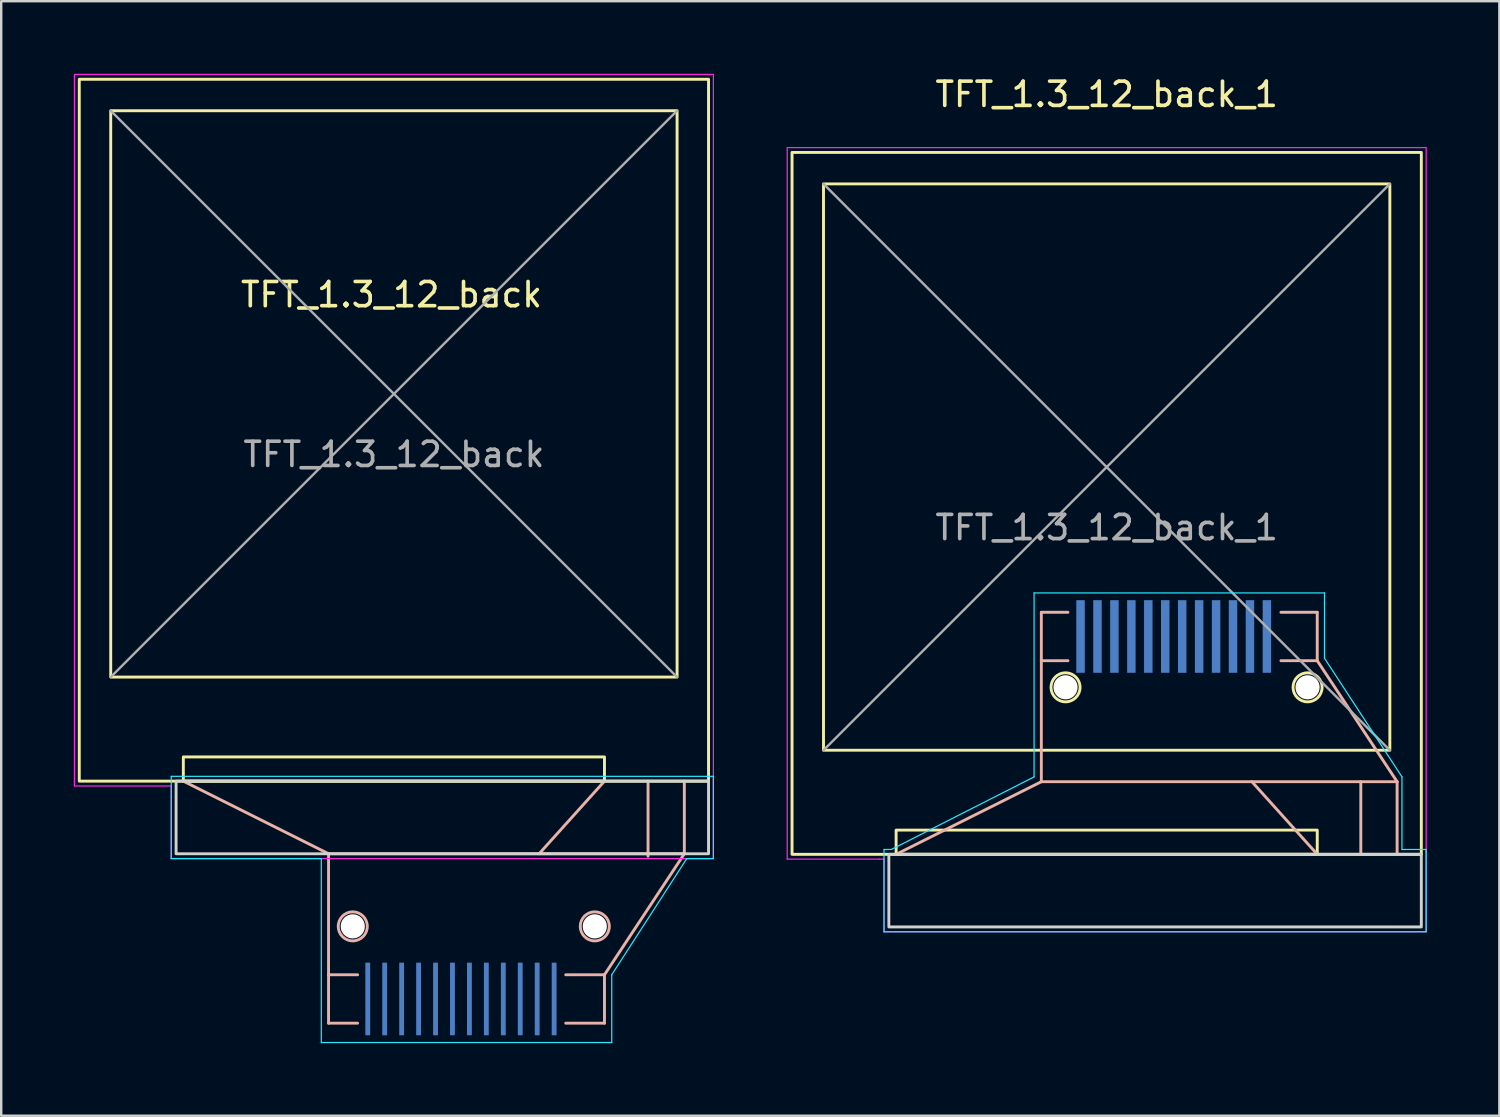
<source format=kicad_pcb>
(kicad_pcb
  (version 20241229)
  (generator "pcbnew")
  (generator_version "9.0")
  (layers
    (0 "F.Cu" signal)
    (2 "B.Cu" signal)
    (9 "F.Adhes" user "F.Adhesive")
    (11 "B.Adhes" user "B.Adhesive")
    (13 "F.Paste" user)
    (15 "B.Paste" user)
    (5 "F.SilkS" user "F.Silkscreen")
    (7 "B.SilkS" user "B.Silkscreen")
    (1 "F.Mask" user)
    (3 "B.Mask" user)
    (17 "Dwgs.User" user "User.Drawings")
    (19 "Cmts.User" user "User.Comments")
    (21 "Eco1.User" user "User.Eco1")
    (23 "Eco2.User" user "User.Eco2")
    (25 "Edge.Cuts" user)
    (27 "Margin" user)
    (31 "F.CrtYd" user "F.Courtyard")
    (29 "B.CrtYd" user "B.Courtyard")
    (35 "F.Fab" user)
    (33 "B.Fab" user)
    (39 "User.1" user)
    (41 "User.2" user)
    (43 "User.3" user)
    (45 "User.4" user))
  (footprint "TFT_1.3_12_back"
    (layer "F.Cu")
    (at 13.125 13.325)
    (property "Reference" "TFT_1.3_12_back" (at 0 -4.2 0) (unlocked yes) (layer "F.SilkS") (effects (font (size 1 1) (thickness 0.15))))
    (attr smd)
    (fp_rect (start -12.9 -13.1) (end 13.1 15.9) (stroke (width 0.12) (type solid)) (fill no) (layer "F.SilkS"))
    (fp_rect (start -11.6 11.6) (end 11.8 -11.8) (stroke (width 0.12) (type solid)) (fill no) (layer "F.SilkS"))
    (fp_rect (start -8.6 15.9) (end 8.8 14.9) (stroke (width 0.12) (type solid)) (fill no) (layer "F.SilkS"))
    (fp_line (start -8.6 15.9) (end -2.6 18.9) (stroke (width 0.12) (type solid)) (layer "B.SilkS"))
    (fp_line (start -2.6 18.9) (end 12.1 18.9) (stroke (width 0.12) (type solid)) (layer "B.SilkS"))
    (fp_line (start -2.6 23.9) (end -2.6 18.9) (stroke (width 0.12) (type solid)) (layer "B.SilkS"))
    (fp_line (start -2.6 23.9) (end -1.4 23.9) (stroke (width 0.12) (type solid)) (layer "B.SilkS"))
    (fp_line (start -2.6 25.9) (end -2.6 23.9) (stroke (width 0.12) (type solid)) (layer "B.SilkS"))
    (fp_line (start -2.6 25.9) (end -1.4 25.9) (stroke (width 0.12) (type solid)) (layer "B.SilkS"))
    (fp_line (start 7.2 23.9) (end 8.8 23.9) (stroke (width 0.12) (type solid)) (layer "B.SilkS"))
    (fp_line (start 8.8 15.9) (end 6.1 18.9) (stroke (width 0.12) (type solid)) (layer "B.SilkS"))
    (fp_line (start 8.8 23.9) (end 8.8 25.9) (stroke (width 0.12) (type solid)) (layer "B.SilkS"))
    (fp_line (start 8.8 25.9) (end 7.2 25.9) (stroke (width 0.12) (type solid)) (layer "B.SilkS"))
    (fp_line (start 10.6 15.9) (end 10.6 19) (stroke (width 0.12) (type solid)) (layer "B.SilkS"))
    (fp_line (start 12.1 18.9) (end 8.8 23.9) (stroke (width 0.12) (type solid)) (layer "B.SilkS"))
    (fp_line (start 12.1 18.9) (end 12.1 15.9) (stroke (width 0.12) (type solid)) (layer "B.SilkS"))
    (fp_circle (center -1.6 21.9) (end -1 21.9) (stroke (width 0.12) (type solid)) (fill no) (layer "B.SilkS"))
    (fp_circle (center 8.4 21.9) (end 9 21.9) (stroke (width 0.12) (type solid)) (fill no) (layer "B.SilkS"))
    (fp_rect (start -8.9 15.9) (end 13.1 18.9) (stroke (width 0.12) (type solid)) (fill no) (layer "Edge.Cuts"))
    (fp_line (start -9.1 15.7) (end 13.3 15.7) (stroke (width 0.05) (type solid)) (layer "B.CrtYd"))
    (fp_line (start -9.1 19.1) (end -9.1 15.7) (stroke (width 0.05) (type solid)) (layer "B.CrtYd"))
    (fp_line (start -2.9 19.1) (end -9.1 19.1) (stroke (width 0.05) (type solid)) (layer "B.CrtYd"))
    (fp_line (start -2.9 26.7) (end -2.9 19.1) (stroke (width 0.05) (type solid)) (layer "B.CrtYd"))
    (fp_line (start 9.1 23.9) (end 9.1 26.7) (stroke (width 0.05) (type solid)) (layer "B.CrtYd"))
    (fp_line (start 9.1 26.7) (end -2.9 26.7) (stroke (width 0.05) (type solid)) (layer "B.CrtYd"))
    (fp_line (start 12.2 19.1) (end 9.1 23.9) (stroke (width 0.05) (type solid)) (layer "B.CrtYd"))
    (fp_line (start 13.3 15.7) (end 13.3 19.1) (stroke (width 0.05) (type solid)) (layer "B.CrtYd"))
    (fp_line (start 13.3 19.1) (end 12.2 19.1) (stroke (width 0.05) (type solid)) (layer "B.CrtYd"))
    (fp_line (start -13.1 -13.3) (end -13.1 -13.2) (stroke (width 0.05) (type solid)) (layer "F.CrtYd"))
    (fp_line (start -13.1 -13.2) (end -13.1 16.1) (stroke (width 0.05) (type solid)) (layer "F.CrtYd"))
    (fp_line (start -13.1 16.1) (end -9.1 16.1) (stroke (width 0.05) (type solid)) (layer "F.CrtYd"))
    (fp_line (start -9.1 16.1) (end -9.1 19.1) (stroke (width 0.05) (type solid)) (layer "F.CrtYd"))
    (fp_line (start -9.1 19.1) (end 13.3 19.1) (stroke (width 0.05) (type solid)) (layer "F.CrtYd"))
    (fp_line (start 13.3 -13.3) (end -13.1 -13.3) (stroke (width 0.05) (type solid)) (layer "F.CrtYd"))
    (fp_line (start 13.3 19.1) (end 13.3 -13.3) (stroke (width 0.05) (type solid)) (layer "F.CrtYd"))
    (fp_line (start -11.6 -11.8) (end 11.8 11.6) (stroke (width 0.1) (type solid)) (layer "F.Fab"))
    (fp_line (start -11.6 11.6) (end 11.8 -11.8) (stroke (width 0.1) (type solid)) (layer "F.Fab"))
    (fp_text user "${REFERENCE}" (at 0.1 2.4 0) (unlocked yes) (layer "F.Fab") (effects (font (size 1 1) (thickness 0.15))))
    (pad "" np_thru_hole circle (at -1.6 21.9) (size 1 1) (drill 1) (layers "*.Cu" "*.Mask"))
    (pad "" np_thru_hole circle (at 8.4 21.9) (size 1 1) (drill 1) (layers "*.Cu" "*.Mask"))
    (pad "1" smd rect (at 6.72 24.9 180) (size 0.2 3) (layers "B.Cu" "B.Mask" "B.Paste"))
    (pad "2" smd rect (at 6.02 24.9 180) (size 0.2 3) (layers "B.Cu" "B.Mask" "B.Paste"))
    (pad "3" smd rect (at 5.32 24.9 180) (size 0.2 3) (layers "B.Cu" "B.Mask" "B.Paste"))
    (pad "4" smd rect (at 4.62 24.9 180) (size 0.2 3) (layers "B.Cu" "B.Mask" "B.Paste"))
    (pad "5" smd rect (at 3.92 24.9 180) (size 0.2 3) (layers "B.Cu" "B.Mask" "B.Paste"))
    (pad "6" smd rect (at 3.22 24.9 180) (size 0.2 3) (layers "B.Cu" "B.Mask" "B.Paste"))
    (pad "7" smd rect (at 2.52 24.9 180) (size 0.2 3) (layers "B.Cu" "B.Mask" "B.Paste"))
    (pad "8" smd rect (at 1.82 24.9 180) (size 0.2 3) (layers "B.Cu" "B.Mask" "B.Paste"))
    (pad "9" smd rect (at 1.12 24.9 180) (size 0.2 3) (layers "B.Cu" "B.Mask" "B.Paste"))
    (pad "10" smd rect (at 0.42 24.9 180) (size 0.2 3) (layers "B.Cu" "B.Mask" "B.Paste"))
    (pad "11" smd rect (at -0.28 24.9 180) (size 0.2 3) (layers "B.Cu" "B.Mask" "B.Paste"))
    (pad "12" smd rect (at -0.98 24.9 180) (size 0.2 3) (layers "B.Cu" "B.Mask" "B.Paste")))
  (footprint "TFT_1.3_12_back_1"
    (layer "F.Cu")
    (at 42.675 16.248)
    (property "Reference" "TFT_1.3_12_back_1" (at 0 -15.4 0) (unlocked yes) (layer "F.SilkS") (effects (font (size 1 1) (thickness 0.15))))
    (attr smd)
    (fp_rect (start -13 -13) (end 13 16) (stroke (width 0.12) (type solid)) (fill no) (layer "F.SilkS"))
    (fp_rect (start -11.7 11.7) (end 11.7 -11.7) (stroke (width 0.12) (type solid)) (fill no) (layer "F.SilkS"))
    (fp_rect (start -8.7 16) (end 8.7 15) (stroke (width 0.12) (type solid)) (fill no) (layer "F.SilkS"))
    (fp_circle (center -1.7 9.1) (end -1.1 9.1) (stroke (width 0.12) (type solid)) (fill no) (layer "F.SilkS"))
    (fp_circle (center 8.3 9.1) (end 8.9 9.1) (stroke (width 0.12) (type solid)) (fill no) (layer "F.SilkS"))
    (fp_line (start -8.7 16) (end -2.7 13) (stroke (width 0.12) (type solid)) (layer "B.SilkS"))
    (fp_line (start -2.7 6) (end -2.7 8) (stroke (width 0.12) (type solid)) (layer "B.SilkS"))
    (fp_line (start -2.7 6) (end -1.6 6) (stroke (width 0.12) (type solid)) (layer "B.SilkS"))
    (fp_line (start -2.7 8) (end -2.7 13) (stroke (width 0.12) (type solid)) (layer "B.SilkS"))
    (fp_line (start -2.7 8) (end -1.6 8) (stroke (width 0.12) (type solid)) (layer "B.SilkS"))
    (fp_line (start -2.7 13) (end 12 13) (stroke (width 0.12) (type solid)) (layer "B.SilkS"))
    (fp_line (start 7.2 6) (end 8.7 6) (stroke (width 0.12) (type solid)) (layer "B.SilkS"))
    (fp_line (start 8.7 6) (end 8.7 8) (stroke (width 0.12) (type solid)) (layer "B.SilkS"))
    (fp_line (start 8.7 8) (end 7.2 8) (stroke (width 0.12) (type solid)) (layer "B.SilkS"))
    (fp_line (start 8.7 16) (end 6 13) (stroke (width 0.12) (type solid)) (layer "B.SilkS"))
    (fp_line (start 10.5 16) (end 10.5 13) (stroke (width 0.12) (type solid)) (layer "B.SilkS"))
    (fp_line (start 12 13) (end 8.7 8) (stroke (width 0.12) (type solid)) (layer "B.SilkS"))
    (fp_line (start 12 13) (end 12 16) (stroke (width 0.12) (type solid)) (layer "B.SilkS"))
    (fp_rect (start -9 16) (end 13 19) (stroke (width 0.12) (type solid)) (fill no) (layer "Edge.Cuts"))
    (fp_line (start -9.2 15.8) (end -9.2 19.2) (stroke (width 0.05) (type solid)) (layer "B.CrtYd"))
    (fp_line (start -9.2 19.2) (end 13.2 19.2) (stroke (width 0.05) (type solid)) (layer "B.CrtYd"))
    (fp_line (start -8.9 15.8) (end -9.2 15.8) (stroke (width 0.05) (type solid)) (layer "B.CrtYd"))
    (fp_line (start -3 5.2) (end -3 12.8) (stroke (width 0.05) (type solid)) (layer "B.CrtYd"))
    (fp_line (start -3 12.8) (end -8.9 15.8) (stroke (width 0.05) (type solid)) (layer "B.CrtYd"))
    (fp_line (start 9 5.2) (end -3 5.2) (stroke (width 0.05) (type solid)) (layer "B.CrtYd"))
    (fp_line (start 9 7.9) (end 9 5.2) (stroke (width 0.05) (type solid)) (layer "B.CrtYd"))
    (fp_line (start 12.2 12.8) (end 9 7.9) (stroke (width 0.05) (type solid)) (layer "B.CrtYd"))
    (fp_line (start 12.2 15.8) (end 12.2 12.8) (stroke (width 0.05) (type solid)) (layer "B.CrtYd"))
    (fp_line (start 13.2 15.8) (end 12.2 15.8) (stroke (width 0.05) (type solid)) (layer "B.CrtYd"))
    (fp_line (start 13.2 15.9) (end 13.2 15.8) (stroke (width 0.05) (type solid)) (layer "B.CrtYd"))
    (fp_line (start 13.2 19.2) (end 13.2 15.9) (stroke (width 0.05) (type solid)) (layer "B.CrtYd"))
    (fp_line (start -13.2 -13.2) (end -13.2 16.2) (stroke (width 0.05) (type solid)) (layer "F.CrtYd"))
    (fp_line (start -13.2 16.2) (end -9.4 16.2) (stroke (width 0.05) (type solid)) (layer "F.CrtYd"))
    (fp_line (start -9.4 16.2) (end -9.2 16.2) (stroke (width 0.05) (type solid)) (layer "F.CrtYd"))
    (fp_line (start -9.2 16.2) (end -9.2 19.2) (stroke (width 0.05) (type solid)) (layer "F.CrtYd"))
    (fp_line (start -9.2 19.2) (end 13.2 19.2) (stroke (width 0.05) (type solid)) (layer "F.CrtYd"))
    (fp_line (start 13.2 -13.2) (end -13.2 -13.2) (stroke (width 0.05) (type solid)) (layer "F.CrtYd"))
    (fp_line (start 13.2 19.2) (end 13.2 -13.2) (stroke (width 0.05) (type solid)) (layer "F.CrtYd"))
    (fp_line (start -11.7 -11.7) (end 11.7 11.7) (stroke (width 0.1) (type solid)) (layer "F.Fab"))
    (fp_line (start -11.7 11.7) (end 11.7 -11.7) (stroke (width 0.1) (type solid)) (layer "F.Fab"))
    (fp_text user "${REFERENCE}" (at 0 2.5 0) (unlocked yes) (layer "F.Fab") (effects (font (size 1 1) (thickness 0.15))))
    (pad "" np_thru_hole circle (at -1.7 9.1 180) (size 1 1) (drill 1) (layers "*.Cu" "*.Mask"))
    (pad "" np_thru_hole circle (at 8.3 9.1 180) (size 1 1) (drill 1) (layers "*.Cu" "*.Mask"))
    (pad "1" smd rect (at 6.62 7) (size 0.35 3) (layers "B.Cu" "B.Mask" "B.Paste"))
    (pad "2" smd rect (at 5.92 7) (size 0.35 3) (layers "B.Cu" "B.Mask" "B.Paste"))
    (pad "3" smd rect (at 5.22 7) (size 0.35 3) (layers "B.Cu" "B.Mask" "B.Paste"))
    (pad "4" smd rect (at 4.52 7) (size 0.35 3) (layers "B.Cu" "B.Mask" "B.Paste"))
    (pad "5" smd rect (at 3.82 7) (size 0.35 3) (layers "B.Cu" "B.Mask" "B.Paste"))
    (pad "6" smd rect (at 3.12 7) (size 0.35 3) (layers "B.Cu" "B.Mask" "B.Paste"))
    (pad "7" smd rect (at 2.42 7) (size 0.35 3) (layers "B.Cu" "B.Mask" "B.Paste"))
    (pad "8" smd rect (at 1.72 7) (size 0.35 3) (layers "B.Cu" "B.Mask" "B.Paste"))
    (pad "9" smd rect (at 1.02 7) (size 0.35 3) (layers "B.Cu" "B.Mask" "B.Paste"))
    (pad "10" smd rect (at 0.32 7) (size 0.35 3) (layers "B.Cu" "B.Mask" "B.Paste"))
    (pad "11" smd rect (at -0.38 7) (size 0.35 3) (layers "B.Cu" "B.Mask" "B.Paste"))
    (pad "12" smd rect (at -1.08 7) (size 0.35 3) (layers "B.Cu" "B.Mask" "B.Paste")))
  (gr_rect
    (start -3 -3)
    (end 58.9 43.05)
    (stroke (width 0.1) (type default))
    (fill no)
    (layer "Edge.Cuts")))
</source>
